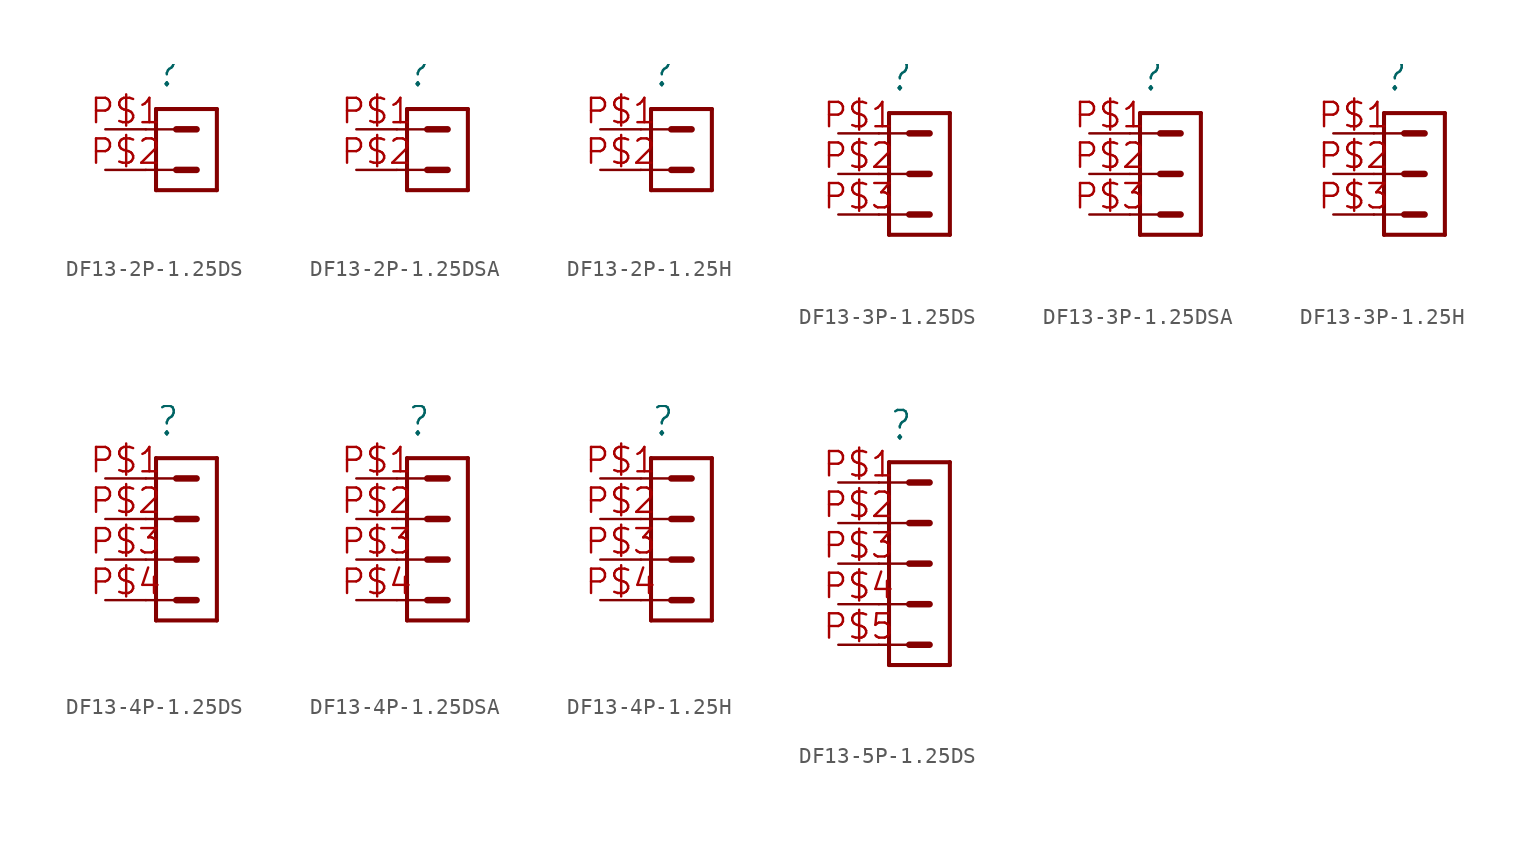
<source format=kicad_sym>
(kicad_symbol_lib
  (version 20241209)
  (generator "kicad_symbol_editor")
  (generator_version "9.0")
  (symbol "DF13-2P-1.25DS"
    (property "Reference" ""
      (at -1.905 2.54 0)
      (effects (font (size 1.778 1.511)) (justify left bottom)))
    (property "Value" ""
      (at -1.905 -6.668 0)
      (effects (font (size 1.778 1.511)) (justify left bottom)))
    (property "ki_locked" ""
      (at 0 0 0)
      (effects (font (size 1.27 1.27))))
    (symbol "DF13-2P-1.25DS_1_0"
      (polyline (pts (xy -2.54 0) (xy -0.635 0)) (stroke (width 0.152) (type solid)) (fill (type none)))
      (polyline (pts (xy -2.54 -2.54) (xy -0.635 -2.54)) (stroke (width 0.152) (type solid)) (fill (type none)))
      (polyline (pts (xy -1.905 -3.81) (xy -1.905 1.27)) (stroke (width 0.254) (type solid)) (fill (type none)))
      (polyline (pts (xy -1.905 -3.81) (xy 1.905 -3.81)) (stroke (width 0.254) (type solid)) (fill (type none)))
      (polyline (pts (xy -0.635 0) (xy 0.635 0)) (stroke (width 0.406) (type solid)) (fill (type none)))
      (polyline (pts (xy -0.635 -2.54) (xy 0.635 -2.54)) (stroke (width 0.406) (type solid)) (fill (type none)))
      (polyline (pts (xy 1.905 1.27) (xy -1.905 1.27)) (stroke (width 0.254) (type solid)) (fill (type none)))
      (polyline (pts (xy 1.905 1.27) (xy 1.905 -3.81)) (stroke (width 0.254) (type solid)) (fill (type none)))
      (pin passive line (at -5.08 0 0) (length 2.54) (name "1" (effects (font (size 0 0)))) (number "P$1" (effects (font (size 1.524 1.524)))))
      (pin passive line (at -5.08 -2.54 0) (length 2.54) (name "2" (effects (font (size 0 0)))) (number "P$2" (effects (font (size 1.524 1.524)))))))
  (symbol "DF13-2P-1.25DSA"
    (property "Reference" ""
      (at -1.905 2.54 0)
      (effects (font (size 1.778 1.511)) (justify left bottom)))
    (property "Value" ""
      (at -1.905 -6.668 0)
      (effects (font (size 1.778 1.511)) (justify left bottom)))
    (property "ki_locked" ""
      (at 0 0 0)
      (effects (font (size 1.27 1.27))))
    (symbol "DF13-2P-1.25DSA_1_0"
      (polyline (pts (xy -2.54 0) (xy -0.635 0)) (stroke (width 0.152) (type solid)) (fill (type none)))
      (polyline (pts (xy -2.54 -2.54) (xy -0.635 -2.54)) (stroke (width 0.152) (type solid)) (fill (type none)))
      (polyline (pts (xy -1.905 -3.81) (xy -1.905 1.27)) (stroke (width 0.254) (type solid)) (fill (type none)))
      (polyline (pts (xy -1.905 -3.81) (xy 1.905 -3.81)) (stroke (width 0.254) (type solid)) (fill (type none)))
      (polyline (pts (xy -0.635 0) (xy 0.635 0)) (stroke (width 0.406) (type solid)) (fill (type none)))
      (polyline (pts (xy -0.635 -2.54) (xy 0.635 -2.54)) (stroke (width 0.406) (type solid)) (fill (type none)))
      (polyline (pts (xy 1.905 1.27) (xy -1.905 1.27)) (stroke (width 0.254) (type solid)) (fill (type none)))
      (polyline (pts (xy 1.905 1.27) (xy 1.905 -3.81)) (stroke (width 0.254) (type solid)) (fill (type none)))
      (pin passive line (at -5.08 0 0) (length 2.54) (name "1" (effects (font (size 0 0)))) (number "P$1" (effects (font (size 1.524 1.524)))))
      (pin passive line (at -5.08 -2.54 0) (length 2.54) (name "2" (effects (font (size 0 0)))) (number "P$2" (effects (font (size 1.524 1.524)))))))
  (symbol "DF13-2P-1.25H"
    (property "Reference" ""
      (at -1.905 2.54 0)
      (effects (font (size 1.778 1.511)) (justify left bottom)))
    (property "Value" ""
      (at -1.905 -6.668 0)
      (effects (font (size 1.778 1.511)) (justify left bottom)))
    (property "ki_locked" ""
      (at 0 0 0)
      (effects (font (size 1.27 1.27))))
    (symbol "DF13-2P-1.25H_1_0"
      (polyline (pts (xy -2.54 0) (xy -0.635 0)) (stroke (width 0.152) (type solid)) (fill (type none)))
      (polyline (pts (xy -2.54 -2.54) (xy -0.635 -2.54)) (stroke (width 0.152) (type solid)) (fill (type none)))
      (polyline (pts (xy -1.905 -3.81) (xy -1.905 1.27)) (stroke (width 0.254) (type solid)) (fill (type none)))
      (polyline (pts (xy -1.905 -3.81) (xy 1.905 -3.81)) (stroke (width 0.254) (type solid)) (fill (type none)))
      (polyline (pts (xy -0.635 0) (xy 0.635 0)) (stroke (width 0.406) (type solid)) (fill (type none)))
      (polyline (pts (xy -0.635 -2.54) (xy 0.635 -2.54)) (stroke (width 0.406) (type solid)) (fill (type none)))
      (polyline (pts (xy 1.905 1.27) (xy -1.905 1.27)) (stroke (width 0.254) (type solid)) (fill (type none)))
      (polyline (pts (xy 1.905 1.27) (xy 1.905 -3.81)) (stroke (width 0.254) (type solid)) (fill (type none)))
      (pin passive line (at -5.08 0 0) (length 2.54) (name "1" (effects (font (size 0 0)))) (number "P$1" (effects (font (size 1.524 1.524)))))
      (pin passive line (at -5.08 -2.54 0) (length 2.54) (name "2" (effects (font (size 0 0)))) (number "P$2" (effects (font (size 1.524 1.524)))))))
  (symbol "DF13-3P-1.25DS"
    (property "Reference" ""
      (at -1.905 5.08 0)
      (effects (font (size 1.778 1.511)) (justify left bottom)))
    (property "Value" ""
      (at -1.905 -6.668 0)
      (effects (font (size 1.778 1.511)) (justify left bottom)))
    (property "ki_locked" ""
      (at 0 0 0)
      (effects (font (size 1.27 1.27))))
    (symbol "DF13-3P-1.25DS_1_0"
      (polyline (pts (xy -2.54 2.54) (xy -0.635 2.54)) (stroke (width 0.152) (type solid)) (fill (type none)))
      (polyline (pts (xy -2.54 0) (xy -0.635 0)) (stroke (width 0.152) (type solid)) (fill (type none)))
      (polyline (pts (xy -2.54 -2.54) (xy -0.635 -2.54)) (stroke (width 0.152) (type solid)) (fill (type none)))
      (polyline (pts (xy -1.905 -3.81) (xy -1.905 3.81)) (stroke (width 0.254) (type solid)) (fill (type none)))
      (polyline (pts (xy -1.905 -3.81) (xy 1.905 -3.81)) (stroke (width 0.254) (type solid)) (fill (type none)))
      (polyline (pts (xy -0.635 2.54) (xy 0.635 2.54)) (stroke (width 0.406) (type solid)) (fill (type none)))
      (polyline (pts (xy -0.635 0) (xy 0.635 0)) (stroke (width 0.406) (type solid)) (fill (type none)))
      (polyline (pts (xy -0.635 -2.54) (xy 0.635 -2.54)) (stroke (width 0.406) (type solid)) (fill (type none)))
      (polyline (pts (xy 1.905 3.81) (xy -1.905 3.81)) (stroke (width 0.254) (type solid)) (fill (type none)))
      (polyline (pts (xy 1.905 3.81) (xy 1.905 -3.81)) (stroke (width 0.254) (type solid)) (fill (type none)))
      (pin passive line (at -5.08 2.54 0) (length 2.54) (name "1" (effects (font (size 0 0)))) (number "P$1" (effects (font (size 1.524 1.524)))))
      (pin passive line (at -5.08 0 0) (length 2.54) (name "2" (effects (font (size 0 0)))) (number "P$2" (effects (font (size 1.524 1.524)))))
      (pin passive line (at -5.08 -2.54 0) (length 2.54) (name "3" (effects (font (size 0 0)))) (number "P$3" (effects (font (size 1.524 1.524)))))))
  (symbol "DF13-3P-1.25DSA"
    (property "Reference" ""
      (at -1.905 5.08 0)
      (effects (font (size 1.778 1.511)) (justify left bottom)))
    (property "Value" ""
      (at -1.905 -6.668 0)
      (effects (font (size 1.778 1.511)) (justify left bottom)))
    (property "ki_locked" ""
      (at 0 0 0)
      (effects (font (size 1.27 1.27))))
    (symbol "DF13-3P-1.25DSA_1_0"
      (polyline (pts (xy -2.54 2.54) (xy -0.635 2.54)) (stroke (width 0.152) (type solid)) (fill (type none)))
      (polyline (pts (xy -2.54 0) (xy -0.635 0)) (stroke (width 0.152) (type solid)) (fill (type none)))
      (polyline (pts (xy -2.54 -2.54) (xy -0.635 -2.54)) (stroke (width 0.152) (type solid)) (fill (type none)))
      (polyline (pts (xy -1.905 -3.81) (xy -1.905 3.81)) (stroke (width 0.254) (type solid)) (fill (type none)))
      (polyline (pts (xy -1.905 -3.81) (xy 1.905 -3.81)) (stroke (width 0.254) (type solid)) (fill (type none)))
      (polyline (pts (xy -0.635 2.54) (xy 0.635 2.54)) (stroke (width 0.406) (type solid)) (fill (type none)))
      (polyline (pts (xy -0.635 0) (xy 0.635 0)) (stroke (width 0.406) (type solid)) (fill (type none)))
      (polyline (pts (xy -0.635 -2.54) (xy 0.635 -2.54)) (stroke (width 0.406) (type solid)) (fill (type none)))
      (polyline (pts (xy 1.905 3.81) (xy -1.905 3.81)) (stroke (width 0.254) (type solid)) (fill (type none)))
      (polyline (pts (xy 1.905 3.81) (xy 1.905 -3.81)) (stroke (width 0.254) (type solid)) (fill (type none)))
      (pin passive line (at -5.08 2.54 0) (length 2.54) (name "1" (effects (font (size 0 0)))) (number "P$1" (effects (font (size 1.524 1.524)))))
      (pin passive line (at -5.08 0 0) (length 2.54) (name "2" (effects (font (size 0 0)))) (number "P$2" (effects (font (size 1.524 1.524)))))
      (pin passive line (at -5.08 -2.54 0) (length 2.54) (name "3" (effects (font (size 0 0)))) (number "P$3" (effects (font (size 1.524 1.524)))))))
  (symbol "DF13-3P-1.25H"
    (property "Reference" ""
      (at -1.905 5.08 0)
      (effects (font (size 1.778 1.511)) (justify left bottom)))
    (property "Value" ""
      (at -1.905 -6.668 0)
      (effects (font (size 1.778 1.511)) (justify left bottom)))
    (property "ki_locked" ""
      (at 0 0 0)
      (effects (font (size 1.27 1.27))))
    (symbol "DF13-3P-1.25H_1_0"
      (polyline (pts (xy -2.54 2.54) (xy -0.635 2.54)) (stroke (width 0.152) (type solid)) (fill (type none)))
      (polyline (pts (xy -2.54 0) (xy -0.635 0)) (stroke (width 0.152) (type solid)) (fill (type none)))
      (polyline (pts (xy -2.54 -2.54) (xy -0.635 -2.54)) (stroke (width 0.152) (type solid)) (fill (type none)))
      (polyline (pts (xy -1.905 -3.81) (xy -1.905 3.81)) (stroke (width 0.254) (type solid)) (fill (type none)))
      (polyline (pts (xy -1.905 -3.81) (xy 1.905 -3.81)) (stroke (width 0.254) (type solid)) (fill (type none)))
      (polyline (pts (xy -0.635 2.54) (xy 0.635 2.54)) (stroke (width 0.406) (type solid)) (fill (type none)))
      (polyline (pts (xy -0.635 0) (xy 0.635 0)) (stroke (width 0.406) (type solid)) (fill (type none)))
      (polyline (pts (xy -0.635 -2.54) (xy 0.635 -2.54)) (stroke (width 0.406) (type solid)) (fill (type none)))
      (polyline (pts (xy 1.905 3.81) (xy -1.905 3.81)) (stroke (width 0.254) (type solid)) (fill (type none)))
      (polyline (pts (xy 1.905 3.81) (xy 1.905 -3.81)) (stroke (width 0.254) (type solid)) (fill (type none)))
      (pin passive line (at -5.08 2.54 0) (length 2.54) (name "1" (effects (font (size 0 0)))) (number "P$1" (effects (font (size 1.524 1.524)))))
      (pin passive line (at -5.08 0 0) (length 2.54) (name "2" (effects (font (size 0 0)))) (number "P$2" (effects (font (size 1.524 1.524)))))
      (pin passive line (at -5.08 -2.54 0) (length 2.54) (name "3" (effects (font (size 0 0)))) (number "P$3" (effects (font (size 1.524 1.524)))))))
  (symbol "DF13-4P-1.25DS"
    (property "Reference" ""
      (at -1.905 5.08 0)
      (effects (font (size 1.778 1.511)) (justify left bottom)))
    (property "Value" ""
      (at -1.905 -9.207 0)
      (effects (font (size 1.778 1.511)) (justify left bottom)))
    (property "ki_locked" ""
      (at 0 0 0)
      (effects (font (size 1.27 1.27))))
    (symbol "DF13-4P-1.25DS_1_0"
      (polyline (pts (xy -2.54 2.54) (xy -0.635 2.54)) (stroke (width 0.152) (type solid)) (fill (type none)))
      (polyline (pts (xy -2.54 0) (xy -0.635 0)) (stroke (width 0.152) (type solid)) (fill (type none)))
      (polyline (pts (xy -2.54 -2.54) (xy -0.635 -2.54)) (stroke (width 0.152) (type solid)) (fill (type none)))
      (polyline (pts (xy -2.54 -5.08) (xy -0.635 -5.08)) (stroke (width 0.152) (type solid)) (fill (type none)))
      (polyline (pts (xy -1.905 -6.35) (xy -1.905 3.81)) (stroke (width 0.254) (type solid)) (fill (type none)))
      (polyline (pts (xy -1.905 -6.35) (xy 1.905 -6.35)) (stroke (width 0.254) (type solid)) (fill (type none)))
      (polyline (pts (xy -0.635 2.54) (xy 0.635 2.54)) (stroke (width 0.406) (type solid)) (fill (type none)))
      (polyline (pts (xy -0.635 0) (xy 0.635 0)) (stroke (width 0.406) (type solid)) (fill (type none)))
      (polyline (pts (xy -0.635 -2.54) (xy 0.635 -2.54)) (stroke (width 0.406) (type solid)) (fill (type none)))
      (polyline (pts (xy -0.635 -5.08) (xy 0.635 -5.08)) (stroke (width 0.406) (type solid)) (fill (type none)))
      (polyline (pts (xy 1.905 3.81) (xy -1.905 3.81)) (stroke (width 0.254) (type solid)) (fill (type none)))
      (polyline (pts (xy 1.905 3.81) (xy 1.905 -6.35)) (stroke (width 0.254) (type solid)) (fill (type none)))
      (pin passive line (at -5.08 2.54 0) (length 2.54) (name "1" (effects (font (size 0 0)))) (number "P$1" (effects (font (size 1.524 1.524)))))
      (pin passive line (at -5.08 0 0) (length 2.54) (name "2" (effects (font (size 0 0)))) (number "P$2" (effects (font (size 1.524 1.524)))))
      (pin passive line (at -5.08 -2.54 0) (length 2.54) (name "3" (effects (font (size 0 0)))) (number "P$3" (effects (font (size 1.524 1.524)))))
      (pin passive line (at -5.08 -5.08 0) (length 2.54) (name "4" (effects (font (size 0 0)))) (number "P$4" (effects (font (size 1.524 1.524)))))))
  (symbol "DF13-4P-1.25DSA"
    (property "Reference" ""
      (at -1.905 5.08 0)
      (effects (font (size 1.778 1.511)) (justify left bottom)))
    (property "Value" ""
      (at -1.905 -9.207 0)
      (effects (font (size 1.778 1.511)) (justify left bottom)))
    (property "ki_locked" ""
      (at 0 0 0)
      (effects (font (size 1.27 1.27))))
    (symbol "DF13-4P-1.25DSA_1_0"
      (polyline (pts (xy -2.54 2.54) (xy -0.635 2.54)) (stroke (width 0.152) (type solid)) (fill (type none)))
      (polyline (pts (xy -2.54 0) (xy -0.635 0)) (stroke (width 0.152) (type solid)) (fill (type none)))
      (polyline (pts (xy -2.54 -2.54) (xy -0.635 -2.54)) (stroke (width 0.152) (type solid)) (fill (type none)))
      (polyline (pts (xy -2.54 -5.08) (xy -0.635 -5.08)) (stroke (width 0.152) (type solid)) (fill (type none)))
      (polyline (pts (xy -1.905 -6.35) (xy -1.905 3.81)) (stroke (width 0.254) (type solid)) (fill (type none)))
      (polyline (pts (xy -1.905 -6.35) (xy 1.905 -6.35)) (stroke (width 0.254) (type solid)) (fill (type none)))
      (polyline (pts (xy -0.635 2.54) (xy 0.635 2.54)) (stroke (width 0.406) (type solid)) (fill (type none)))
      (polyline (pts (xy -0.635 0) (xy 0.635 0)) (stroke (width 0.406) (type solid)) (fill (type none)))
      (polyline (pts (xy -0.635 -2.54) (xy 0.635 -2.54)) (stroke (width 0.406) (type solid)) (fill (type none)))
      (polyline (pts (xy -0.635 -5.08) (xy 0.635 -5.08)) (stroke (width 0.406) (type solid)) (fill (type none)))
      (polyline (pts (xy 1.905 3.81) (xy -1.905 3.81)) (stroke (width 0.254) (type solid)) (fill (type none)))
      (polyline (pts (xy 1.905 3.81) (xy 1.905 -6.35)) (stroke (width 0.254) (type solid)) (fill (type none)))
      (pin passive line (at -5.08 2.54 0) (length 2.54) (name "1" (effects (font (size 0 0)))) (number "P$1" (effects (font (size 1.524 1.524)))))
      (pin passive line (at -5.08 0 0) (length 2.54) (name "2" (effects (font (size 0 0)))) (number "P$2" (effects (font (size 1.524 1.524)))))
      (pin passive line (at -5.08 -2.54 0) (length 2.54) (name "3" (effects (font (size 0 0)))) (number "P$3" (effects (font (size 1.524 1.524)))))
      (pin passive line (at -5.08 -5.08 0) (length 2.54) (name "4" (effects (font (size 0 0)))) (number "P$4" (effects (font (size 1.524 1.524)))))))
  (symbol "DF13-4P-1.25H"
    (property "Reference" ""
      (at -1.905 5.08 0)
      (effects (font (size 1.778 1.511)) (justify left bottom)))
    (property "Value" ""
      (at -1.905 -9.207 0)
      (effects (font (size 1.778 1.511)) (justify left bottom)))
    (property "ki_locked" ""
      (at 0 0 0)
      (effects (font (size 1.27 1.27))))
    (symbol "DF13-4P-1.25H_1_0"
      (polyline (pts (xy -2.54 2.54) (xy -0.635 2.54)) (stroke (width 0.152) (type solid)) (fill (type none)))
      (polyline (pts (xy -2.54 0) (xy -0.635 0)) (stroke (width 0.152) (type solid)) (fill (type none)))
      (polyline (pts (xy -2.54 -2.54) (xy -0.635 -2.54)) (stroke (width 0.152) (type solid)) (fill (type none)))
      (polyline (pts (xy -2.54 -5.08) (xy -0.635 -5.08)) (stroke (width 0.152) (type solid)) (fill (type none)))
      (polyline (pts (xy -1.905 -6.35) (xy -1.905 3.81)) (stroke (width 0.254) (type solid)) (fill (type none)))
      (polyline (pts (xy -1.905 -6.35) (xy 1.905 -6.35)) (stroke (width 0.254) (type solid)) (fill (type none)))
      (polyline (pts (xy -0.635 2.54) (xy 0.635 2.54)) (stroke (width 0.406) (type solid)) (fill (type none)))
      (polyline (pts (xy -0.635 0) (xy 0.635 0)) (stroke (width 0.406) (type solid)) (fill (type none)))
      (polyline (pts (xy -0.635 -2.54) (xy 0.635 -2.54)) (stroke (width 0.406) (type solid)) (fill (type none)))
      (polyline (pts (xy -0.635 -5.08) (xy 0.635 -5.08)) (stroke (width 0.406) (type solid)) (fill (type none)))
      (polyline (pts (xy 1.905 3.81) (xy -1.905 3.81)) (stroke (width 0.254) (type solid)) (fill (type none)))
      (polyline (pts (xy 1.905 3.81) (xy 1.905 -6.35)) (stroke (width 0.254) (type solid)) (fill (type none)))
      (pin passive line (at -5.08 2.54 0) (length 2.54) (name "1" (effects (font (size 0 0)))) (number "P$1" (effects (font (size 1.524 1.524)))))
      (pin passive line (at -5.08 0 0) (length 2.54) (name "2" (effects (font (size 0 0)))) (number "P$2" (effects (font (size 1.524 1.524)))))
      (pin passive line (at -5.08 -2.54 0) (length 2.54) (name "3" (effects (font (size 0 0)))) (number "P$3" (effects (font (size 1.524 1.524)))))
      (pin passive line (at -5.08 -5.08 0) (length 2.54) (name "4" (effects (font (size 0 0)))) (number "P$4" (effects (font (size 1.524 1.524)))))))
  (symbol "DF13-5P-1.25DS"
    (property "Reference" ""
      (at -1.905 7.62 0)
      (effects (font (size 1.778 1.511)) (justify left bottom)))
    (property "Value" ""
      (at -1.905 -9.207 0)
      (effects (font (size 1.778 1.511)) (justify left bottom)))
    (property "ki_locked" ""
      (at 0 0 0)
      (effects (font (size 1.27 1.27))))
    (symbol "DF13-5P-1.25DS_1_0"
      (polyline (pts (xy -2.54 5.08) (xy -0.635 5.08)) (stroke (width 0.152) (type solid)) (fill (type none)))
      (polyline (pts (xy -2.54 2.54) (xy -0.635 2.54)) (stroke (width 0.152) (type solid)) (fill (type none)))
      (polyline (pts (xy -2.54 0) (xy -0.635 0)) (stroke (width 0.152) (type solid)) (fill (type none)))
      (polyline (pts (xy -2.54 -2.54) (xy -0.635 -2.54)) (stroke (width 0.152) (type solid)) (fill (type none)))
      (polyline (pts (xy -2.54 -5.08) (xy -0.635 -5.08)) (stroke (width 0.152) (type solid)) (fill (type none)))
      (polyline (pts (xy -1.905 -6.35) (xy -1.905 6.35)) (stroke (width 0.254) (type solid)) (fill (type none)))
      (polyline (pts (xy -1.905 -6.35) (xy 1.905 -6.35)) (stroke (width 0.254) (type solid)) (fill (type none)))
      (polyline (pts (xy -0.635 5.08) (xy 0.635 5.08)) (stroke (width 0.406) (type solid)) (fill (type none)))
      (polyline (pts (xy -0.635 2.54) (xy 0.635 2.54)) (stroke (width 0.406) (type solid)) (fill (type none)))
      (polyline (pts (xy -0.635 0) (xy 0.635 0)) (stroke (width 0.406) (type solid)) (fill (type none)))
      (polyline (pts (xy -0.635 -2.54) (xy 0.635 -2.54)) (stroke (width 0.406) (type solid)) (fill (type none)))
      (polyline (pts (xy -0.635 -5.08) (xy 0.635 -5.08)) (stroke (width 0.406) (type solid)) (fill (type none)))
      (polyline (pts (xy 1.905 6.35) (xy -1.905 6.35)) (stroke (width 0.254) (type solid)) (fill (type none)))
      (polyline (pts (xy 1.905 6.35) (xy 1.905 -6.35)) (stroke (width 0.254) (type solid)) (fill (type none)))
      (pin passive line (at -5.08 5.08 0) (length 2.54) (name "1" (effects (font (size 0 0)))) (number "P$1" (effects (font (size 1.524 1.524)))))
      (pin passive line (at -5.08 2.54 0) (length 2.54) (name "2" (effects (font (size 0 0)))) (number "P$2" (effects (font (size 1.524 1.524)))))
      (pin passive line (at -5.08 0 0) (length 2.54) (name "3" (effects (font (size 0 0)))) (number "P$3" (effects (font (size 1.524 1.524)))))
      (pin passive line (at -5.08 -2.54 0) (length 2.54) (name "4" (effects (font (size 0 0)))) (number "P$4" (effects (font (size 1.524 1.524)))))
      (pin passive line (at -5.08 -5.08 0) (length 2.54) (name "5" (effects (font (size 0 0)))) (number "P$5" (effects (font (size 1.524 1.524))))))))
</source>
